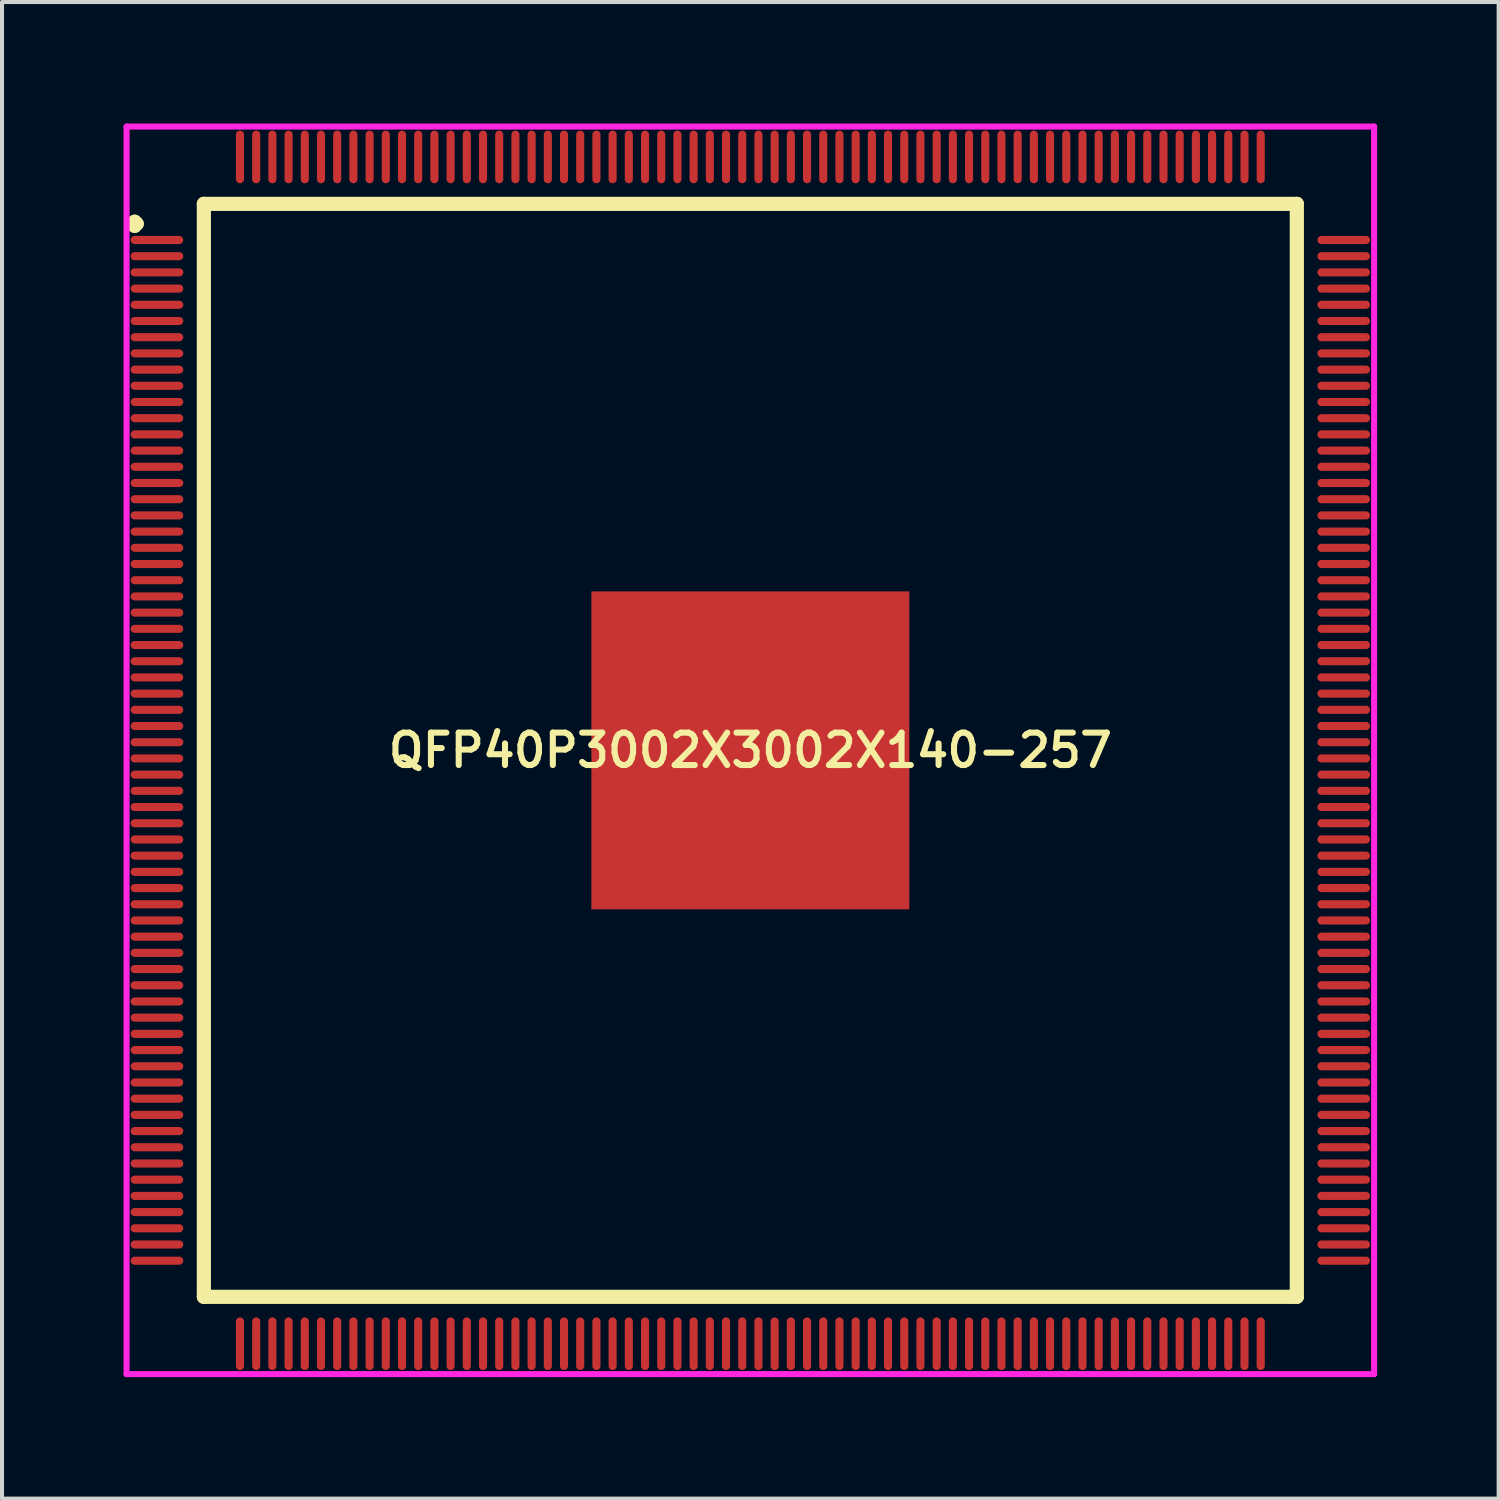
<source format=kicad_pcb>
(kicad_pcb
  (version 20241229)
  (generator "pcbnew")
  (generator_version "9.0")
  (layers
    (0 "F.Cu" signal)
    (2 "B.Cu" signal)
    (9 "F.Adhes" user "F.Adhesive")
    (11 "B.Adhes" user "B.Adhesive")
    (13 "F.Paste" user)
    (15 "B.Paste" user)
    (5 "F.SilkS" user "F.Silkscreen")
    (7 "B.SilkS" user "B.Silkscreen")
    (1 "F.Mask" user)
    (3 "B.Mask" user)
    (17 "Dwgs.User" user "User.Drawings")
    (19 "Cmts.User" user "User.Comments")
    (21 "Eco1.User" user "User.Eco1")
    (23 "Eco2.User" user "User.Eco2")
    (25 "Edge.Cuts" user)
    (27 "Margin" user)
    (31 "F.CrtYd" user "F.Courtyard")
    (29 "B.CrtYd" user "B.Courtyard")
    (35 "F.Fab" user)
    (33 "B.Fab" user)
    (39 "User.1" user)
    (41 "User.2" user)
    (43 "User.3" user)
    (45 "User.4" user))
  (footprint "QFP40P3002X3002X140-257"
    (layer "F.Cu")
    (at 15.475 15.475)
    (property "Reference" "QFP40P3002X3002X140-257" (at 0 0 0) (layer "F.SilkS") (effects (font (size 0.8 0.8) (thickness 0.15))))
    (attr smd)
    (fp_line (start -15.25 -13) (end -15.2 -13.05) (stroke (width 0.35) (type solid)) (layer "F.SilkS"))
    (fp_line (start -15.2 -13.05) (end -15.15 -13) (stroke (width 0.35) (type solid)) (layer "F.SilkS"))
    (fp_line (start -15.2 -12.95) (end -15.25 -13) (stroke (width 0.35) (type solid)) (layer "F.SilkS"))
    (fp_line (start -15.15 -13) (end -15.2 -12.95) (stroke (width 0.35) (type solid)) (layer "F.SilkS"))
    (fp_line (start -13.492 -13.492) (end -13.492 13.492) (stroke (width 0.35) (type solid)) (layer "F.SilkS"))
    (fp_line (start -13.492 13.492) (end 13.492 13.492) (stroke (width 0.35) (type solid)) (layer "F.SilkS"))
    (fp_line (start 13.492 -13.492) (end -13.492 -13.492) (stroke (width 0.35) (type solid)) (layer "F.SilkS"))
    (fp_line (start 13.492 13.492) (end 13.492 -13.492) (stroke (width 0.35) (type solid)) (layer "F.SilkS"))
    (fp_line (start -15.4 -15.4) (end 15.4 -15.4) (stroke (width 0.15) (type solid)) (layer "F.CrtYd"))
    (fp_line (start -15.4 15.4) (end -15.4 -15.4) (stroke (width 0.15) (type solid)) (layer "F.CrtYd"))
    (fp_line (start 15.4 -15.4) (end 15.4 15.4) (stroke (width 0.15) (type solid)) (layer "F.CrtYd"))
    (fp_line (start 15.4 15.4) (end -15.4 15.4) (stroke (width 0.15) (type solid)) (layer "F.CrtYd"))
    (pad "1" smd oval (at -14.65 -12.6) (size 1.3 0.2) (layers "F.Cu" "F.Mask" "F.Paste"))
    (pad "2" smd oval (at -14.65 -12.2) (size 1.3 0.2) (layers "F.Cu" "F.Mask" "F.Paste"))
    (pad "3" smd oval (at -14.65 -11.8) (size 1.3 0.2) (layers "F.Cu" "F.Mask" "F.Paste"))
    (pad "4" smd oval (at -14.65 -11.4) (size 1.3 0.2) (layers "F.Cu" "F.Mask" "F.Paste"))
    (pad "5" smd oval (at -14.65 -11) (size 1.3 0.2) (layers "F.Cu" "F.Mask" "F.Paste"))
    (pad "6" smd oval (at -14.65 -10.6) (size 1.3 0.2) (layers "F.Cu" "F.Mask" "F.Paste"))
    (pad "7" smd oval (at -14.65 -10.2) (size 1.3 0.2) (layers "F.Cu" "F.Mask" "F.Paste"))
    (pad "8" smd oval (at -14.65 -9.8) (size 1.3 0.2) (layers "F.Cu" "F.Mask" "F.Paste"))
    (pad "9" smd oval (at -14.65 -9.4) (size 1.3 0.2) (layers "F.Cu" "F.Mask" "F.Paste"))
    (pad "10" smd oval (at -14.65 -9) (size 1.3 0.2) (layers "F.Cu" "F.Mask" "F.Paste"))
    (pad "11" smd oval (at -14.65 -8.6) (size 1.3 0.2) (layers "F.Cu" "F.Mask" "F.Paste"))
    (pad "12" smd oval (at -14.65 -8.2) (size 1.3 0.2) (layers "F.Cu" "F.Mask" "F.Paste"))
    (pad "13" smd oval (at -14.65 -7.8) (size 1.3 0.2) (layers "F.Cu" "F.Mask" "F.Paste"))
    (pad "14" smd oval (at -14.65 -7.4) (size 1.3 0.2) (layers "F.Cu" "F.Mask" "F.Paste"))
    (pad "15" smd oval (at -14.65 -7) (size 1.3 0.2) (layers "F.Cu" "F.Mask" "F.Paste"))
    (pad "16" smd oval (at -14.65 -6.6) (size 1.3 0.2) (layers "F.Cu" "F.Mask" "F.Paste"))
    (pad "17" smd oval (at -14.65 -6.2) (size 1.3 0.2) (layers "F.Cu" "F.Mask" "F.Paste"))
    (pad "18" smd oval (at -14.65 -5.8) (size 1.3 0.2) (layers "F.Cu" "F.Mask" "F.Paste"))
    (pad "19" smd oval (at -14.65 -5.4) (size 1.3 0.2) (layers "F.Cu" "F.Mask" "F.Paste"))
    (pad "20" smd oval (at -14.65 -5) (size 1.3 0.2) (layers "F.Cu" "F.Mask" "F.Paste"))
    (pad "21" smd oval (at -14.65 -4.6) (size 1.3 0.2) (layers "F.Cu" "F.Mask" "F.Paste"))
    (pad "22" smd oval (at -14.65 -4.2) (size 1.3 0.2) (layers "F.Cu" "F.Mask" "F.Paste"))
    (pad "23" smd oval (at -14.65 -3.8) (size 1.3 0.2) (layers "F.Cu" "F.Mask" "F.Paste"))
    (pad "24" smd oval (at -14.65 -3.4) (size 1.3 0.2) (layers "F.Cu" "F.Mask" "F.Paste"))
    (pad "25" smd oval (at -14.65 -3) (size 1.3 0.2) (layers "F.Cu" "F.Mask" "F.Paste"))
    (pad "26" smd oval (at -14.65 -2.6) (size 1.3 0.2) (layers "F.Cu" "F.Mask" "F.Paste"))
    (pad "27" smd oval (at -14.65 -2.2) (size 1.3 0.2) (layers "F.Cu" "F.Mask" "F.Paste"))
    (pad "28" smd oval (at -14.65 -1.8) (size 1.3 0.2) (layers "F.Cu" "F.Mask" "F.Paste"))
    (pad "29" smd oval (at -14.65 -1.4) (size 1.3 0.2) (layers "F.Cu" "F.Mask" "F.Paste"))
    (pad "30" smd oval (at -14.65 -1) (size 1.3 0.2) (layers "F.Cu" "F.Mask" "F.Paste"))
    (pad "31" smd oval (at -14.65 -0.6) (size 1.3 0.2) (layers "F.Cu" "F.Mask" "F.Paste"))
    (pad "32" smd oval (at -14.65 -0.2) (size 1.3 0.2) (layers "F.Cu" "F.Mask" "F.Paste"))
    (pad "33" smd oval (at -14.65 0.2) (size 1.3 0.2) (layers "F.Cu" "F.Mask" "F.Paste"))
    (pad "34" smd oval (at -14.65 0.6) (size 1.3 0.2) (layers "F.Cu" "F.Mask" "F.Paste"))
    (pad "35" smd oval (at -14.65 1) (size 1.3 0.2) (layers "F.Cu" "F.Mask" "F.Paste"))
    (pad "36" smd oval (at -14.65 1.4) (size 1.3 0.2) (layers "F.Cu" "F.Mask" "F.Paste"))
    (pad "37" smd oval (at -14.65 1.8) (size 1.3 0.2) (layers "F.Cu" "F.Mask" "F.Paste"))
    (pad "38" smd oval (at -14.65 2.2) (size 1.3 0.2) (layers "F.Cu" "F.Mask" "F.Paste"))
    (pad "39" smd oval (at -14.65 2.6) (size 1.3 0.2) (layers "F.Cu" "F.Mask" "F.Paste"))
    (pad "40" smd oval (at -14.65 3) (size 1.3 0.2) (layers "F.Cu" "F.Mask" "F.Paste"))
    (pad "41" smd oval (at -14.65 3.4) (size 1.3 0.2) (layers "F.Cu" "F.Mask" "F.Paste"))
    (pad "42" smd oval (at -14.65 3.8) (size 1.3 0.2) (layers "F.Cu" "F.Mask" "F.Paste"))
    (pad "43" smd oval (at -14.65 4.2) (size 1.3 0.2) (layers "F.Cu" "F.Mask" "F.Paste"))
    (pad "44" smd oval (at -14.65 4.6) (size 1.3 0.2) (layers "F.Cu" "F.Mask" "F.Paste"))
    (pad "45" smd oval (at -14.65 5) (size 1.3 0.2) (layers "F.Cu" "F.Mask" "F.Paste"))
    (pad "46" smd oval (at -14.65 5.4) (size 1.3 0.2) (layers "F.Cu" "F.Mask" "F.Paste"))
    (pad "47" smd oval (at -14.65 5.8) (size 1.3 0.2) (layers "F.Cu" "F.Mask" "F.Paste"))
    (pad "48" smd oval (at -14.65 6.2) (size 1.3 0.2) (layers "F.Cu" "F.Mask" "F.Paste"))
    (pad "49" smd oval (at -14.65 6.6) (size 1.3 0.2) (layers "F.Cu" "F.Mask" "F.Paste"))
    (pad "50" smd oval (at -14.65 7) (size 1.3 0.2) (layers "F.Cu" "F.Mask" "F.Paste"))
    (pad "51" smd oval (at -14.65 7.4) (size 1.3 0.2) (layers "F.Cu" "F.Mask" "F.Paste"))
    (pad "52" smd oval (at -14.65 7.8) (size 1.3 0.2) (layers "F.Cu" "F.Mask" "F.Paste"))
    (pad "53" smd oval (at -14.65 8.2) (size 1.3 0.2) (layers "F.Cu" "F.Mask" "F.Paste"))
    (pad "54" smd oval (at -14.65 8.6) (size 1.3 0.2) (layers "F.Cu" "F.Mask" "F.Paste"))
    (pad "55" smd oval (at -14.65 9) (size 1.3 0.2) (layers "F.Cu" "F.Mask" "F.Paste"))
    (pad "56" smd oval (at -14.65 9.4) (size 1.3 0.2) (layers "F.Cu" "F.Mask" "F.Paste"))
    (pad "57" smd oval (at -14.65 9.8) (size 1.3 0.2) (layers "F.Cu" "F.Mask" "F.Paste"))
    (pad "58" smd oval (at -14.65 10.2) (size 1.3 0.2) (layers "F.Cu" "F.Mask" "F.Paste"))
    (pad "59" smd oval (at -14.65 10.6) (size 1.3 0.2) (layers "F.Cu" "F.Mask" "F.Paste"))
    (pad "60" smd oval (at -14.65 11) (size 1.3 0.2) (layers "F.Cu" "F.Mask" "F.Paste"))
    (pad "61" smd oval (at -14.65 11.4) (size 1.3 0.2) (layers "F.Cu" "F.Mask" "F.Paste"))
    (pad "62" smd oval (at -14.65 11.8) (size 1.3 0.2) (layers "F.Cu" "F.Mask" "F.Paste"))
    (pad "63" smd oval (at -14.65 12.2) (size 1.3 0.2) (layers "F.Cu" "F.Mask" "F.Paste"))
    (pad "64" smd oval (at -14.65 12.6) (size 1.3 0.2) (layers "F.Cu" "F.Mask" "F.Paste"))
    (pad "65" smd oval (at -12.6 14.65) (size 0.2 1.3) (layers "F.Cu" "F.Mask" "F.Paste"))
    (pad "66" smd oval (at -12.2 14.65) (size 0.2 1.3) (layers "F.Cu" "F.Mask" "F.Paste"))
    (pad "67" smd oval (at -11.8 14.65) (size 0.2 1.3) (layers "F.Cu" "F.Mask" "F.Paste"))
    (pad "68" smd oval (at -11.4 14.65) (size 0.2 1.3) (layers "F.Cu" "F.Mask" "F.Paste"))
    (pad "69" smd oval (at -11 14.65) (size 0.2 1.3) (layers "F.Cu" "F.Mask" "F.Paste"))
    (pad "70" smd oval (at -10.6 14.65) (size 0.2 1.3) (layers "F.Cu" "F.Mask" "F.Paste"))
    (pad "71" smd oval (at -10.2 14.65) (size 0.2 1.3) (layers "F.Cu" "F.Mask" "F.Paste"))
    (pad "72" smd oval (at -9.8 14.65) (size 0.2 1.3) (layers "F.Cu" "F.Mask" "F.Paste"))
    (pad "73" smd oval (at -9.4 14.65) (size 0.2 1.3) (layers "F.Cu" "F.Mask" "F.Paste"))
    (pad "74" smd oval (at -9 14.65) (size 0.2 1.3) (layers "F.Cu" "F.Mask" "F.Paste"))
    (pad "75" smd oval (at -8.6 14.65) (size 0.2 1.3) (layers "F.Cu" "F.Mask" "F.Paste"))
    (pad "76" smd oval (at -8.2 14.65) (size 0.2 1.3) (layers "F.Cu" "F.Mask" "F.Paste"))
    (pad "77" smd oval (at -7.8 14.65) (size 0.2 1.3) (layers "F.Cu" "F.Mask" "F.Paste"))
    (pad "78" smd oval (at -7.4 14.65) (size 0.2 1.3) (layers "F.Cu" "F.Mask" "F.Paste"))
    (pad "79" smd oval (at -7 14.65) (size 0.2 1.3) (layers "F.Cu" "F.Mask" "F.Paste"))
    (pad "80" smd oval (at -6.6 14.65) (size 0.2 1.3) (layers "F.Cu" "F.Mask" "F.Paste"))
    (pad "81" smd oval (at -6.2 14.65) (size 0.2 1.3) (layers "F.Cu" "F.Mask" "F.Paste"))
    (pad "82" smd oval (at -5.8 14.65) (size 0.2 1.3) (layers "F.Cu" "F.Mask" "F.Paste"))
    (pad "83" smd oval (at -5.4 14.65) (size 0.2 1.3) (layers "F.Cu" "F.Mask" "F.Paste"))
    (pad "84" smd oval (at -5 14.65) (size 0.2 1.3) (layers "F.Cu" "F.Mask" "F.Paste"))
    (pad "85" smd oval (at -4.6 14.65) (size 0.2 1.3) (layers "F.Cu" "F.Mask" "F.Paste"))
    (pad "86" smd oval (at -4.2 14.65) (size 0.2 1.3) (layers "F.Cu" "F.Mask" "F.Paste"))
    (pad "87" smd oval (at -3.8 14.65) (size 0.2 1.3) (layers "F.Cu" "F.Mask" "F.Paste"))
    (pad "88" smd oval (at -3.4 14.65) (size 0.2 1.3) (layers "F.Cu" "F.Mask" "F.Paste"))
    (pad "89" smd oval (at -3 14.65) (size 0.2 1.3) (layers "F.Cu" "F.Mask" "F.Paste"))
    (pad "90" smd oval (at -2.6 14.65) (size 0.2 1.3) (layers "F.Cu" "F.Mask" "F.Paste"))
    (pad "91" smd oval (at -2.2 14.65) (size 0.2 1.3) (layers "F.Cu" "F.Mask" "F.Paste"))
    (pad "92" smd oval (at -1.8 14.65) (size 0.2 1.3) (layers "F.Cu" "F.Mask" "F.Paste"))
    (pad "93" smd oval (at -1.4 14.65) (size 0.2 1.3) (layers "F.Cu" "F.Mask" "F.Paste"))
    (pad "94" smd oval (at -1 14.65) (size 0.2 1.3) (layers "F.Cu" "F.Mask" "F.Paste"))
    (pad "95" smd oval (at -0.6 14.65) (size 0.2 1.3) (layers "F.Cu" "F.Mask" "F.Paste"))
    (pad "96" smd oval (at -0.2 14.65) (size 0.2 1.3) (layers "F.Cu" "F.Mask" "F.Paste"))
    (pad "97" smd oval (at 0.2 14.65) (size 0.2 1.3) (layers "F.Cu" "F.Mask" "F.Paste"))
    (pad "98" smd oval (at 0.6 14.65) (size 0.2 1.3) (layers "F.Cu" "F.Mask" "F.Paste"))
    (pad "99" smd oval (at 1 14.65) (size 0.2 1.3) (layers "F.Cu" "F.Mask" "F.Paste"))
    (pad "100" smd oval (at 1.4 14.65) (size 0.2 1.3) (layers "F.Cu" "F.Mask" "F.Paste"))
    (pad "101" smd oval (at 1.8 14.65) (size 0.2 1.3) (layers "F.Cu" "F.Mask" "F.Paste"))
    (pad "102" smd oval (at 2.2 14.65) (size 0.2 1.3) (layers "F.Cu" "F.Mask" "F.Paste"))
    (pad "103" smd oval (at 2.6 14.65) (size 0.2 1.3) (layers "F.Cu" "F.Mask" "F.Paste"))
    (pad "104" smd oval (at 3 14.65) (size 0.2 1.3) (layers "F.Cu" "F.Mask" "F.Paste"))
    (pad "105" smd oval (at 3.4 14.65) (size 0.2 1.3) (layers "F.Cu" "F.Mask" "F.Paste"))
    (pad "106" smd oval (at 3.8 14.65) (size 0.2 1.3) (layers "F.Cu" "F.Mask" "F.Paste"))
    (pad "107" smd oval (at 4.2 14.65) (size 0.2 1.3) (layers "F.Cu" "F.Mask" "F.Paste"))
    (pad "108" smd oval (at 4.6 14.65) (size 0.2 1.3) (layers "F.Cu" "F.Mask" "F.Paste"))
    (pad "109" smd oval (at 5 14.65) (size 0.2 1.3) (layers "F.Cu" "F.Mask" "F.Paste"))
    (pad "110" smd oval (at 5.4 14.65) (size 0.2 1.3) (layers "F.Cu" "F.Mask" "F.Paste"))
    (pad "111" smd oval (at 5.8 14.65) (size 0.2 1.3) (layers "F.Cu" "F.Mask" "F.Paste"))
    (pad "112" smd oval (at 6.2 14.65) (size 0.2 1.3) (layers "F.Cu" "F.Mask" "F.Paste"))
    (pad "113" smd oval (at 6.6 14.65) (size 0.2 1.3) (layers "F.Cu" "F.Mask" "F.Paste"))
    (pad "114" smd oval (at 7 14.65) (size 0.2 1.3) (layers "F.Cu" "F.Mask" "F.Paste"))
    (pad "115" smd oval (at 7.4 14.65) (size 0.2 1.3) (layers "F.Cu" "F.Mask" "F.Paste"))
    (pad "116" smd oval (at 7.8 14.65) (size 0.2 1.3) (layers "F.Cu" "F.Mask" "F.Paste"))
    (pad "117" smd oval (at 8.2 14.65) (size 0.2 1.3) (layers "F.Cu" "F.Mask" "F.Paste"))
    (pad "118" smd oval (at 8.6 14.65) (size 0.2 1.3) (layers "F.Cu" "F.Mask" "F.Paste"))
    (pad "119" smd oval (at 9 14.65) (size 0.2 1.3) (layers "F.Cu" "F.Mask" "F.Paste"))
    (pad "120" smd oval (at 9.4 14.65) (size 0.2 1.3) (layers "F.Cu" "F.Mask" "F.Paste"))
    (pad "121" smd oval (at 9.8 14.65) (size 0.2 1.3) (layers "F.Cu" "F.Mask" "F.Paste"))
    (pad "122" smd oval (at 10.2 14.65) (size 0.2 1.3) (layers "F.Cu" "F.Mask" "F.Paste"))
    (pad "123" smd oval (at 10.6 14.65) (size 0.2 1.3) (layers "F.Cu" "F.Mask" "F.Paste"))
    (pad "124" smd oval (at 11 14.65) (size 0.2 1.3) (layers "F.Cu" "F.Mask" "F.Paste"))
    (pad "125" smd oval (at 11.4 14.65) (size 0.2 1.3) (layers "F.Cu" "F.Mask" "F.Paste"))
    (pad "126" smd oval (at 11.8 14.65) (size 0.2 1.3) (layers "F.Cu" "F.Mask" "F.Paste"))
    (pad "127" smd oval (at 12.2 14.65) (size 0.2 1.3) (layers "F.Cu" "F.Mask" "F.Paste"))
    (pad "128" smd oval (at 12.6 14.65) (size 0.2 1.3) (layers "F.Cu" "F.Mask" "F.Paste"))
    (pad "129" smd oval (at 14.65 12.6) (size 1.3 0.2) (layers "F.Cu" "F.Mask" "F.Paste"))
    (pad "130" smd oval (at 14.65 12.2) (size 1.3 0.2) (layers "F.Cu" "F.Mask" "F.Paste"))
    (pad "131" smd oval (at 14.65 11.8) (size 1.3 0.2) (layers "F.Cu" "F.Mask" "F.Paste"))
    (pad "132" smd oval (at 14.65 11.4) (size 1.3 0.2) (layers "F.Cu" "F.Mask" "F.Paste"))
    (pad "133" smd oval (at 14.65 11) (size 1.3 0.2) (layers "F.Cu" "F.Mask" "F.Paste"))
    (pad "134" smd oval (at 14.65 10.6) (size 1.3 0.2) (layers "F.Cu" "F.Mask" "F.Paste"))
    (pad "135" smd oval (at 14.65 10.2) (size 1.3 0.2) (layers "F.Cu" "F.Mask" "F.Paste"))
    (pad "136" smd oval (at 14.65 9.8) (size 1.3 0.2) (layers "F.Cu" "F.Mask" "F.Paste"))
    (pad "137" smd oval (at 14.65 9.4) (size 1.3 0.2) (layers "F.Cu" "F.Mask" "F.Paste"))
    (pad "138" smd oval (at 14.65 9) (size 1.3 0.2) (layers "F.Cu" "F.Mask" "F.Paste"))
    (pad "139" smd oval (at 14.65 8.6) (size 1.3 0.2) (layers "F.Cu" "F.Mask" "F.Paste"))
    (pad "140" smd oval (at 14.65 8.2) (size 1.3 0.2) (layers "F.Cu" "F.Mask" "F.Paste"))
    (pad "141" smd oval (at 14.65 7.8) (size 1.3 0.2) (layers "F.Cu" "F.Mask" "F.Paste"))
    (pad "142" smd oval (at 14.65 7.4) (size 1.3 0.2) (layers "F.Cu" "F.Mask" "F.Paste"))
    (pad "143" smd oval (at 14.65 7) (size 1.3 0.2) (layers "F.Cu" "F.Mask" "F.Paste"))
    (pad "144" smd oval (at 14.65 6.6) (size 1.3 0.2) (layers "F.Cu" "F.Mask" "F.Paste"))
    (pad "145" smd oval (at 14.65 6.2) (size 1.3 0.2) (layers "F.Cu" "F.Mask" "F.Paste"))
    (pad "146" smd oval (at 14.65 5.8) (size 1.3 0.2) (layers "F.Cu" "F.Mask" "F.Paste"))
    (pad "147" smd oval (at 14.65 5.4) (size 1.3 0.2) (layers "F.Cu" "F.Mask" "F.Paste"))
    (pad "148" smd oval (at 14.65 5) (size 1.3 0.2) (layers "F.Cu" "F.Mask" "F.Paste"))
    (pad "149" smd oval (at 14.65 4.6) (size 1.3 0.2) (layers "F.Cu" "F.Mask" "F.Paste"))
    (pad "150" smd oval (at 14.65 4.2) (size 1.3 0.2) (layers "F.Cu" "F.Mask" "F.Paste"))
    (pad "151" smd oval (at 14.65 3.8) (size 1.3 0.2) (layers "F.Cu" "F.Mask" "F.Paste"))
    (pad "152" smd oval (at 14.65 3.4) (size 1.3 0.2) (layers "F.Cu" "F.Mask" "F.Paste"))
    (pad "153" smd oval (at 14.65 3) (size 1.3 0.2) (layers "F.Cu" "F.Mask" "F.Paste"))
    (pad "154" smd oval (at 14.65 2.6) (size 1.3 0.2) (layers "F.Cu" "F.Mask" "F.Paste"))
    (pad "155" smd oval (at 14.65 2.2) (size 1.3 0.2) (layers "F.Cu" "F.Mask" "F.Paste"))
    (pad "156" smd oval (at 14.65 1.8) (size 1.3 0.2) (layers "F.Cu" "F.Mask" "F.Paste"))
    (pad "157" smd oval (at 14.65 1.4) (size 1.3 0.2) (layers "F.Cu" "F.Mask" "F.Paste"))
    (pad "158" smd oval (at 14.65 1) (size 1.3 0.2) (layers "F.Cu" "F.Mask" "F.Paste"))
    (pad "159" smd oval (at 14.65 0.6) (size 1.3 0.2) (layers "F.Cu" "F.Mask" "F.Paste"))
    (pad "160" smd oval (at 14.65 0.2) (size 1.3 0.2) (layers "F.Cu" "F.Mask" "F.Paste"))
    (pad "161" smd oval (at 14.65 -0.2) (size 1.3 0.2) (layers "F.Cu" "F.Mask" "F.Paste"))
    (pad "162" smd oval (at 14.65 -0.6) (size 1.3 0.2) (layers "F.Cu" "F.Mask" "F.Paste"))
    (pad "163" smd oval (at 14.65 -1) (size 1.3 0.2) (layers "F.Cu" "F.Mask" "F.Paste"))
    (pad "164" smd oval (at 14.65 -1.4) (size 1.3 0.2) (layers "F.Cu" "F.Mask" "F.Paste"))
    (pad "165" smd oval (at 14.65 -1.8) (size 1.3 0.2) (layers "F.Cu" "F.Mask" "F.Paste"))
    (pad "166" smd oval (at 14.65 -2.2) (size 1.3 0.2) (layers "F.Cu" "F.Mask" "F.Paste"))
    (pad "167" smd oval (at 14.65 -2.6) (size 1.3 0.2) (layers "F.Cu" "F.Mask" "F.Paste"))
    (pad "168" smd oval (at 14.65 -3) (size 1.3 0.2) (layers "F.Cu" "F.Mask" "F.Paste"))
    (pad "169" smd oval (at 14.65 -3.4) (size 1.3 0.2) (layers "F.Cu" "F.Mask" "F.Paste"))
    (pad "170" smd oval (at 14.65 -3.8) (size 1.3 0.2) (layers "F.Cu" "F.Mask" "F.Paste"))
    (pad "171" smd oval (at 14.65 -4.2) (size 1.3 0.2) (layers "F.Cu" "F.Mask" "F.Paste"))
    (pad "172" smd oval (at 14.65 -4.6) (size 1.3 0.2) (layers "F.Cu" "F.Mask" "F.Paste"))
    (pad "173" smd oval (at 14.65 -5) (size 1.3 0.2) (layers "F.Cu" "F.Mask" "F.Paste"))
    (pad "174" smd oval (at 14.65 -5.4) (size 1.3 0.2) (layers "F.Cu" "F.Mask" "F.Paste"))
    (pad "175" smd oval (at 14.65 -5.8) (size 1.3 0.2) (layers "F.Cu" "F.Mask" "F.Paste"))
    (pad "176" smd oval (at 14.65 -6.2) (size 1.3 0.2) (layers "F.Cu" "F.Mask" "F.Paste"))
    (pad "177" smd oval (at 14.65 -6.6) (size 1.3 0.2) (layers "F.Cu" "F.Mask" "F.Paste"))
    (pad "178" smd oval (at 14.65 -7) (size 1.3 0.2) (layers "F.Cu" "F.Mask" "F.Paste"))
    (pad "179" smd oval (at 14.65 -7.4) (size 1.3 0.2) (layers "F.Cu" "F.Mask" "F.Paste"))
    (pad "180" smd oval (at 14.65 -7.8) (size 1.3 0.2) (layers "F.Cu" "F.Mask" "F.Paste"))
    (pad "181" smd oval (at 14.65 -8.2) (size 1.3 0.2) (layers "F.Cu" "F.Mask" "F.Paste"))
    (pad "182" smd oval (at 14.65 -8.6) (size 1.3 0.2) (layers "F.Cu" "F.Mask" "F.Paste"))
    (pad "183" smd oval (at 14.65 -9) (size 1.3 0.2) (layers "F.Cu" "F.Mask" "F.Paste"))
    (pad "184" smd oval (at 14.65 -9.4) (size 1.3 0.2) (layers "F.Cu" "F.Mask" "F.Paste"))
    (pad "185" smd oval (at 14.65 -9.8) (size 1.3 0.2) (layers "F.Cu" "F.Mask" "F.Paste"))
    (pad "186" smd oval (at 14.65 -10.2) (size 1.3 0.2) (layers "F.Cu" "F.Mask" "F.Paste"))
    (pad "187" smd oval (at 14.65 -10.6) (size 1.3 0.2) (layers "F.Cu" "F.Mask" "F.Paste"))
    (pad "188" smd oval (at 14.65 -11) (size 1.3 0.2) (layers "F.Cu" "F.Mask" "F.Paste"))
    (pad "189" smd oval (at 14.65 -11.4) (size 1.3 0.2) (layers "F.Cu" "F.Mask" "F.Paste"))
    (pad "190" smd oval (at 14.65 -11.8) (size 1.3 0.2) (layers "F.Cu" "F.Mask" "F.Paste"))
    (pad "191" smd oval (at 14.65 -12.2) (size 1.3 0.2) (layers "F.Cu" "F.Mask" "F.Paste"))
    (pad "192" smd oval (at 14.65 -12.6) (size 1.3 0.2) (layers "F.Cu" "F.Mask" "F.Paste"))
    (pad "193" smd oval (at 12.6 -14.65) (size 0.2 1.3) (layers "F.Cu" "F.Mask" "F.Paste"))
    (pad "194" smd oval (at 12.2 -14.65) (size 0.2 1.3) (layers "F.Cu" "F.Mask" "F.Paste"))
    (pad "195" smd oval (at 11.8 -14.65) (size 0.2 1.3) (layers "F.Cu" "F.Mask" "F.Paste"))
    (pad "196" smd oval (at 11.4 -14.65) (size 0.2 1.3) (layers "F.Cu" "F.Mask" "F.Paste"))
    (pad "197" smd oval (at 11 -14.65) (size 0.2 1.3) (layers "F.Cu" "F.Mask" "F.Paste"))
    (pad "198" smd oval (at 10.6 -14.65) (size 0.2 1.3) (layers "F.Cu" "F.Mask" "F.Paste"))
    (pad "199" smd oval (at 10.2 -14.65) (size 0.2 1.3) (layers "F.Cu" "F.Mask" "F.Paste"))
    (pad "200" smd oval (at 9.8 -14.65) (size 0.2 1.3) (layers "F.Cu" "F.Mask" "F.Paste"))
    (pad "201" smd oval (at 9.4 -14.65) (size 0.2 1.3) (layers "F.Cu" "F.Mask" "F.Paste"))
    (pad "202" smd oval (at 9 -14.65) (size 0.2 1.3) (layers "F.Cu" "F.Mask" "F.Paste"))
    (pad "203" smd oval (at 8.6 -14.65) (size 0.2 1.3) (layers "F.Cu" "F.Mask" "F.Paste"))
    (pad "204" smd oval (at 8.2 -14.65) (size 0.2 1.3) (layers "F.Cu" "F.Mask" "F.Paste"))
    (pad "205" smd oval (at 7.8 -14.65) (size 0.2 1.3) (layers "F.Cu" "F.Mask" "F.Paste"))
    (pad "206" smd oval (at 7.4 -14.65) (size 0.2 1.3) (layers "F.Cu" "F.Mask" "F.Paste"))
    (pad "207" smd oval (at 7 -14.65) (size 0.2 1.3) (layers "F.Cu" "F.Mask" "F.Paste"))
    (pad "208" smd oval (at 6.6 -14.65) (size 0.2 1.3) (layers "F.Cu" "F.Mask" "F.Paste"))
    (pad "209" smd oval (at 6.2 -14.65) (size 0.2 1.3) (layers "F.Cu" "F.Mask" "F.Paste"))
    (pad "210" smd oval (at 5.8 -14.65) (size 0.2 1.3) (layers "F.Cu" "F.Mask" "F.Paste"))
    (pad "211" smd oval (at 5.4 -14.65) (size 0.2 1.3) (layers "F.Cu" "F.Mask" "F.Paste"))
    (pad "212" smd oval (at 5 -14.65) (size 0.2 1.3) (layers "F.Cu" "F.Mask" "F.Paste"))
    (pad "213" smd oval (at 4.6 -14.65) (size 0.2 1.3) (layers "F.Cu" "F.Mask" "F.Paste"))
    (pad "214" smd oval (at 4.2 -14.65) (size 0.2 1.3) (layers "F.Cu" "F.Mask" "F.Paste"))
    (pad "215" smd oval (at 3.8 -14.65) (size 0.2 1.3) (layers "F.Cu" "F.Mask" "F.Paste"))
    (pad "216" smd oval (at 3.4 -14.65) (size 0.2 1.3) (layers "F.Cu" "F.Mask" "F.Paste"))
    (pad "217" smd oval (at 3 -14.65) (size 0.2 1.3) (layers "F.Cu" "F.Mask" "F.Paste"))
    (pad "218" smd oval (at 2.6 -14.65) (size 0.2 1.3) (layers "F.Cu" "F.Mask" "F.Paste"))
    (pad "219" smd oval (at 2.2 -14.65) (size 0.2 1.3) (layers "F.Cu" "F.Mask" "F.Paste"))
    (pad "220" smd oval (at 1.8 -14.65) (size 0.2 1.3) (layers "F.Cu" "F.Mask" "F.Paste"))
    (pad "221" smd oval (at 1.4 -14.65) (size 0.2 1.3) (layers "F.Cu" "F.Mask" "F.Paste"))
    (pad "222" smd oval (at 1 -14.65) (size 0.2 1.3) (layers "F.Cu" "F.Mask" "F.Paste"))
    (pad "223" smd oval (at 0.6 -14.65) (size 0.2 1.3) (layers "F.Cu" "F.Mask" "F.Paste"))
    (pad "224" smd oval (at 0.2 -14.65) (size 0.2 1.3) (layers "F.Cu" "F.Mask" "F.Paste"))
    (pad "225" smd oval (at -0.2 -14.65) (size 0.2 1.3) (layers "F.Cu" "F.Mask" "F.Paste"))
    (pad "226" smd oval (at -0.6 -14.65) (size 0.2 1.3) (layers "F.Cu" "F.Mask" "F.Paste"))
    (pad "227" smd oval (at -1 -14.65) (size 0.2 1.3) (layers "F.Cu" "F.Mask" "F.Paste"))
    (pad "228" smd oval (at -1.4 -14.65) (size 0.2 1.3) (layers "F.Cu" "F.Mask" "F.Paste"))
    (pad "229" smd oval (at -1.8 -14.65) (size 0.2 1.3) (layers "F.Cu" "F.Mask" "F.Paste"))
    (pad "230" smd oval (at -2.2 -14.65) (size 0.2 1.3) (layers "F.Cu" "F.Mask" "F.Paste"))
    (pad "231" smd oval (at -2.6 -14.65) (size 0.2 1.3) (layers "F.Cu" "F.Mask" "F.Paste"))
    (pad "232" smd oval (at -3 -14.65) (size 0.2 1.3) (layers "F.Cu" "F.Mask" "F.Paste"))
    (pad "233" smd oval (at -3.4 -14.65) (size 0.2 1.3) (layers "F.Cu" "F.Mask" "F.Paste"))
    (pad "234" smd oval (at -3.8 -14.65) (size 0.2 1.3) (layers "F.Cu" "F.Mask" "F.Paste"))
    (pad "235" smd oval (at -4.2 -14.65) (size 0.2 1.3) (layers "F.Cu" "F.Mask" "F.Paste"))
    (pad "236" smd oval (at -4.6 -14.65) (size 0.2 1.3) (layers "F.Cu" "F.Mask" "F.Paste"))
    (pad "237" smd oval (at -5 -14.65) (size 0.2 1.3) (layers "F.Cu" "F.Mask" "F.Paste"))
    (pad "238" smd oval (at -5.4 -14.65) (size 0.2 1.3) (layers "F.Cu" "F.Mask" "F.Paste"))
    (pad "239" smd oval (at -5.8 -14.65) (size 0.2 1.3) (layers "F.Cu" "F.Mask" "F.Paste"))
    (pad "240" smd oval (at -6.2 -14.65) (size 0.2 1.3) (layers "F.Cu" "F.Mask" "F.Paste"))
    (pad "241" smd oval (at -6.6 -14.65) (size 0.2 1.3) (layers "F.Cu" "F.Mask" "F.Paste"))
    (pad "242" smd oval (at -7 -14.65) (size 0.2 1.3) (layers "F.Cu" "F.Mask" "F.Paste"))
    (pad "243" smd oval (at -7.4 -14.65) (size 0.2 1.3) (layers "F.Cu" "F.Mask" "F.Paste"))
    (pad "244" smd oval (at -7.8 -14.65) (size 0.2 1.3) (layers "F.Cu" "F.Mask" "F.Paste"))
    (pad "245" smd oval (at -8.2 -14.65) (size 0.2 1.3) (layers "F.Cu" "F.Mask" "F.Paste"))
    (pad "246" smd oval (at -8.6 -14.65) (size 0.2 1.3) (layers "F.Cu" "F.Mask" "F.Paste"))
    (pad "247" smd oval (at -9 -14.65) (size 0.2 1.3) (layers "F.Cu" "F.Mask" "F.Paste"))
    (pad "248" smd oval (at -9.4 -14.65) (size 0.2 1.3) (layers "F.Cu" "F.Mask" "F.Paste"))
    (pad "249" smd oval (at -9.8 -14.65) (size 0.2 1.3) (layers "F.Cu" "F.Mask" "F.Paste"))
    (pad "250" smd oval (at -10.2 -14.65) (size 0.2 1.3) (layers "F.Cu" "F.Mask" "F.Paste"))
    (pad "251" smd oval (at -10.6 -14.65) (size 0.2 1.3) (layers "F.Cu" "F.Mask" "F.Paste"))
    (pad "252" smd oval (at -11 -14.65) (size 0.2 1.3) (layers "F.Cu" "F.Mask" "F.Paste"))
    (pad "253" smd oval (at -11.4 -14.65) (size 0.2 1.3) (layers "F.Cu" "F.Mask" "F.Paste"))
    (pad "254" smd oval (at -11.8 -14.65) (size 0.2 1.3) (layers "F.Cu" "F.Mask" "F.Paste"))
    (pad "255" smd oval (at -12.2 -14.65) (size 0.2 1.3) (layers "F.Cu" "F.Mask" "F.Paste"))
    (pad "256" smd oval (at -12.6 -14.65) (size 0.2 1.3) (layers "F.Cu" "F.Mask" "F.Paste"))
    (pad "257" smd rect (at 0 0) (size 7.85 7.85) (layers "F.Cu" "F.Mask" "F.Paste")))
  (gr_rect
    (start -3 -3)
    (end 33.95 33.95)
    (stroke (width 0.1) (type default))
    (fill no)
    (layer "Edge.Cuts")))
</source>
